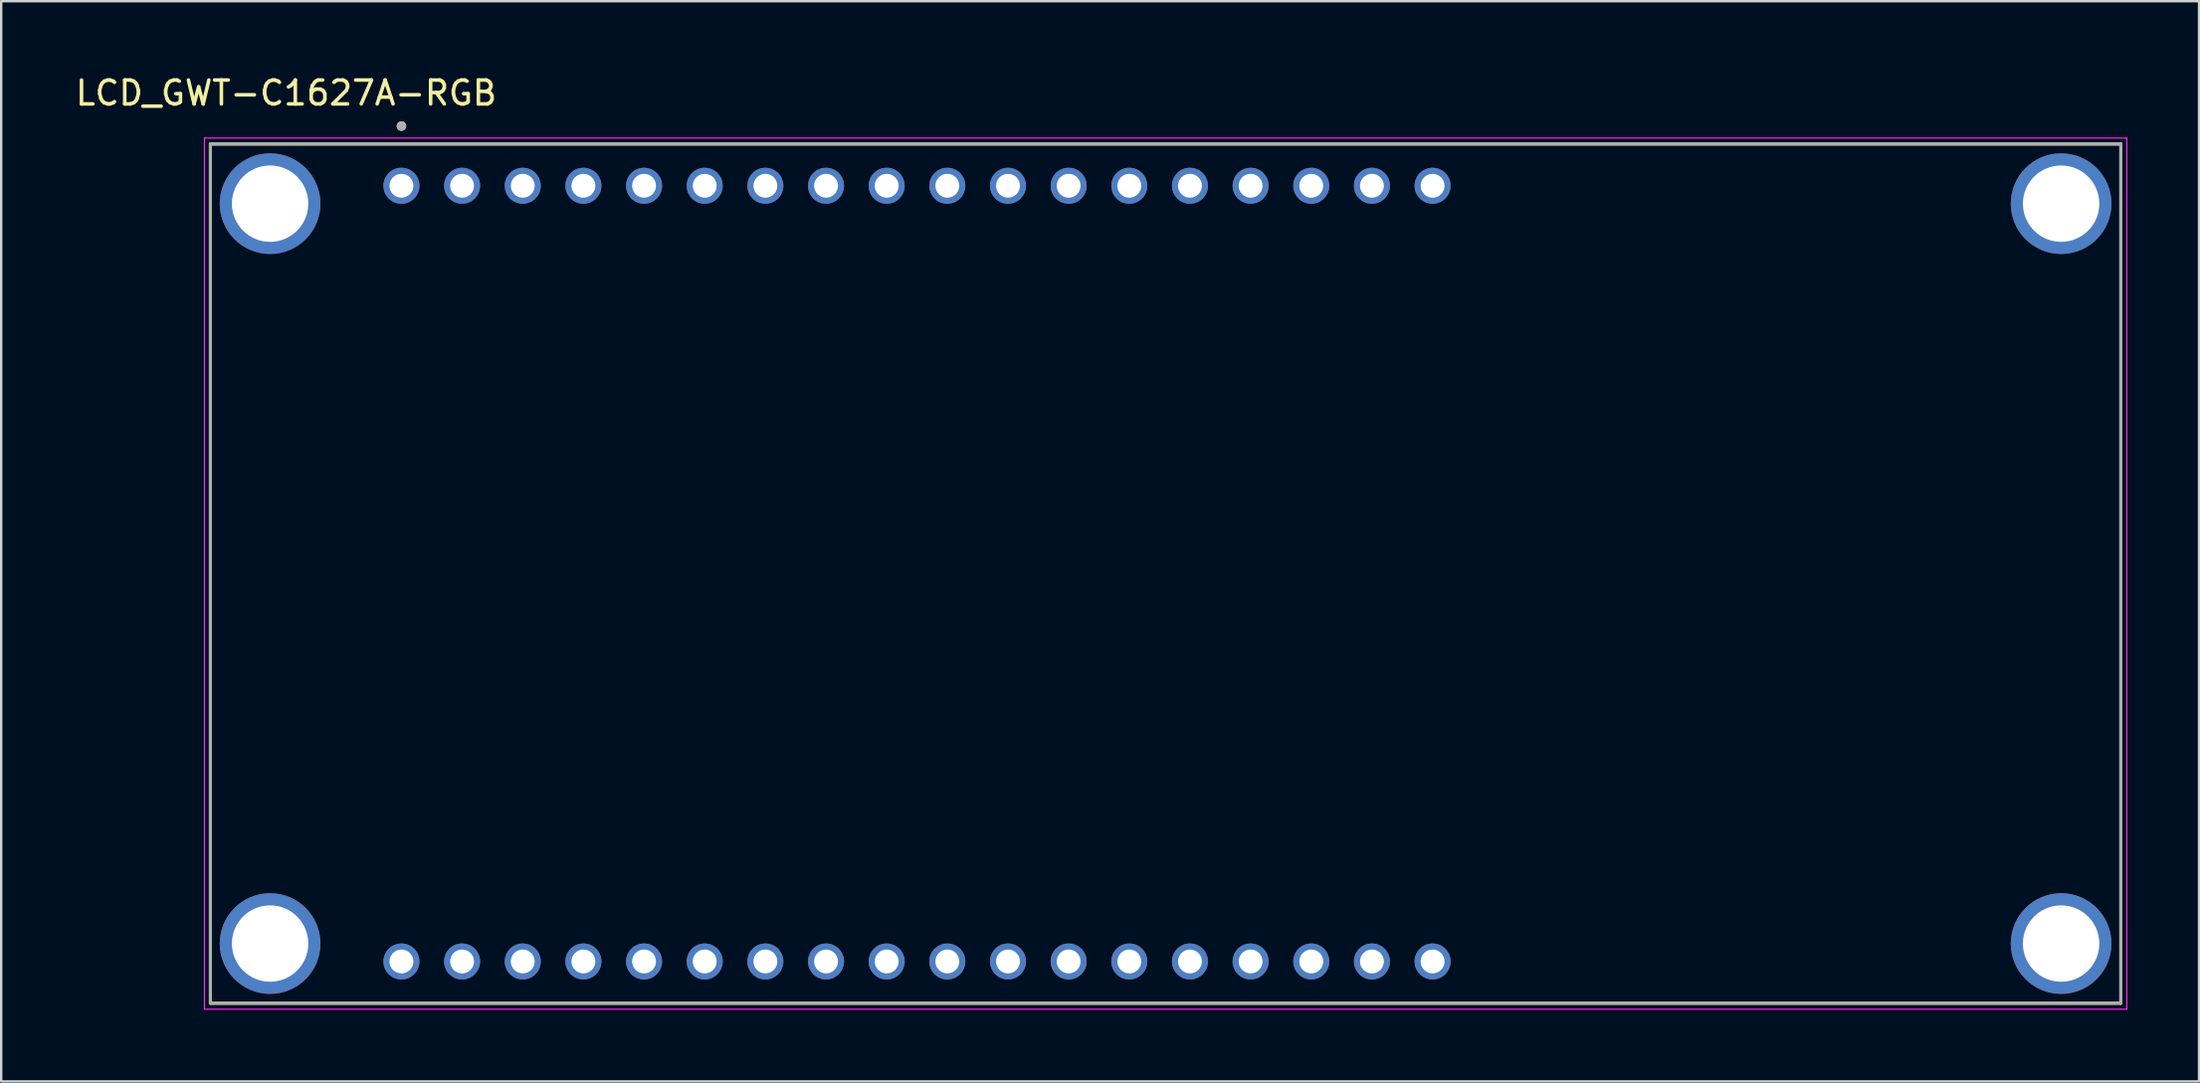
<source format=kicad_pcb>
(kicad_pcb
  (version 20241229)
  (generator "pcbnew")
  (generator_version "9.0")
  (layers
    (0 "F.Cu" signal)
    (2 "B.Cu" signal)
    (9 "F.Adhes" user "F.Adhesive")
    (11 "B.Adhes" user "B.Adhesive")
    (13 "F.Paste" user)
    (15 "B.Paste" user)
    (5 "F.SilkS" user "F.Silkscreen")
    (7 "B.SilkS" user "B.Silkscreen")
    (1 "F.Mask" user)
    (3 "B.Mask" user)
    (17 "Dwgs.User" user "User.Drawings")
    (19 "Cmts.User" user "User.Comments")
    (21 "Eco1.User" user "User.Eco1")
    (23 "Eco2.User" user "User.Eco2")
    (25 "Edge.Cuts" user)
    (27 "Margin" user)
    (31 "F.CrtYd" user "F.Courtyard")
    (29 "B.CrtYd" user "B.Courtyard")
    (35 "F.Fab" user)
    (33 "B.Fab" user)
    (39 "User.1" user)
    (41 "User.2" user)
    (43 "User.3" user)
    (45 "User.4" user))
  (footprint "LCD_GWT-C1627A-RGB"
    (layer "F.Cu")
    (at 45.76 20.983)
    (property "Reference" "LCD_GWT-C1627A-RGB" (at -36.825 -20.135 0) (layer "F.SilkS") (effects (font (size 1 1) (thickness 0.15))))
    (attr through_hole)
    (fp_line (start -40 -18) (end 40 -18) (stroke (width 0.127) (type solid)) (layer "F.SilkS"))
    (fp_line (start -40 18) (end -40 -18) (stroke (width 0.127) (type solid)) (layer "F.SilkS"))
    (fp_line (start 40 -18) (end 40 18) (stroke (width 0.127) (type solid)) (layer "F.SilkS"))
    (fp_line (start 40 18) (end -40 18) (stroke (width 0.127) (type solid)) (layer "F.SilkS"))
    (fp_circle (center -32 -18.75) (end -31.9 -18.75) (stroke (width 0.2) (type solid)) (fill no) (layer "F.SilkS"))
    (fp_line (start -40.25 -18.25) (end 40.25 -18.25) (stroke (width 0.05) (type solid)) (layer "F.CrtYd"))
    (fp_line (start -40.25 18.25) (end -40.25 -18.25) (stroke (width 0.05) (type solid)) (layer "F.CrtYd"))
    (fp_line (start 40.25 -18.25) (end 40.25 18.25) (stroke (width 0.05) (type solid)) (layer "F.CrtYd"))
    (fp_line (start 40.25 18.25) (end -40.25 18.25) (stroke (width 0.05) (type solid)) (layer "F.CrtYd"))
    (fp_line (start -40 -18) (end 40 -18) (stroke (width 0.127) (type solid)) (layer "F.Fab"))
    (fp_line (start -40 18) (end -40 -18) (stroke (width 0.127) (type solid)) (layer "F.Fab"))
    (fp_line (start 40 -18) (end 40 18) (stroke (width 0.127) (type solid)) (layer "F.Fab"))
    (fp_line (start 40 18) (end -40 18) (stroke (width 0.127) (type solid)) (layer "F.Fab"))
    (fp_circle (center -32 -18.75) (end -31.9 -18.75) (stroke (width 0.2) (type solid)) (fill no) (layer "F.Fab"))
    (pad "1_1" thru_hole circle (at -32 -16.25) (size 1.508 1.508) (drill 1) (layers "*.Cu" "*.Mask"))
    (pad "1_2" thru_hole circle (at -32 16.25) (size 1.508 1.508) (drill 1) (layers "*.Cu" "*.Mask"))
    (pad "2_1" thru_hole circle (at -29.46 -16.25) (size 1.508 1.508) (drill 1) (layers "*.Cu" "*.Mask"))
    (pad "2_2" thru_hole circle (at -29.46 16.25) (size 1.508 1.508) (drill 1) (layers "*.Cu" "*.Mask"))
    (pad "3_1" thru_hole circle (at -26.92 -16.25) (size 1.508 1.508) (drill 1) (layers "*.Cu" "*.Mask"))
    (pad "3_2" thru_hole circle (at -26.92 16.25) (size 1.508 1.508) (drill 1) (layers "*.Cu" "*.Mask"))
    (pad "4_1" thru_hole circle (at -24.38 -16.25) (size 1.508 1.508) (drill 1) (layers "*.Cu" "*.Mask"))
    (pad "4_2" thru_hole circle (at -24.38 16.25) (size 1.508 1.508) (drill 1) (layers "*.Cu" "*.Mask"))
    (pad "5_1" thru_hole circle (at -21.84 -16.25) (size 1.508 1.508) (drill 1) (layers "*.Cu" "*.Mask"))
    (pad "5_2" thru_hole circle (at -21.84 16.25) (size 1.508 1.508) (drill 1) (layers "*.Cu" "*.Mask"))
    (pad "6_1" thru_hole circle (at -19.3 -16.25) (size 1.508 1.508) (drill 1) (layers "*.Cu" "*.Mask"))
    (pad "6_2" thru_hole circle (at -19.3 16.25) (size 1.508 1.508) (drill 1) (layers "*.Cu" "*.Mask"))
    (pad "7_1" thru_hole circle (at -16.76 -16.25) (size 1.508 1.508) (drill 1) (layers "*.Cu" "*.Mask"))
    (pad "7_2" thru_hole circle (at -16.76 16.25) (size 1.508 1.508) (drill 1) (layers "*.Cu" "*.Mask"))
    (pad "8_1" thru_hole circle (at -14.22 -16.25) (size 1.508 1.508) (drill 1) (layers "*.Cu" "*.Mask"))
    (pad "8_2" thru_hole circle (at -14.22 16.25) (size 1.508 1.508) (drill 1) (layers "*.Cu" "*.Mask"))
    (pad "9_1" thru_hole circle (at -11.68 -16.25) (size 1.508 1.508) (drill 1) (layers "*.Cu" "*.Mask"))
    (pad "9_2" thru_hole circle (at -11.68 16.25) (size 1.508 1.508) (drill 1) (layers "*.Cu" "*.Mask"))
    (pad "10_1" thru_hole circle (at -9.14 -16.25) (size 1.508 1.508) (drill 1) (layers "*.Cu" "*.Mask"))
    (pad "10_2" thru_hole circle (at -9.14 16.25) (size 1.508 1.508) (drill 1) (layers "*.Cu" "*.Mask"))
    (pad "11_1" thru_hole circle (at -6.6 -16.25) (size 1.508 1.508) (drill 1) (layers "*.Cu" "*.Mask"))
    (pad "11_2" thru_hole circle (at -6.6 16.25) (size 1.508 1.508) (drill 1) (layers "*.Cu" "*.Mask"))
    (pad "12_1" thru_hole circle (at -4.06 -16.25) (size 1.508 1.508) (drill 1) (layers "*.Cu" "*.Mask"))
    (pad "12_2" thru_hole circle (at -4.06 16.25) (size 1.508 1.508) (drill 1) (layers "*.Cu" "*.Mask"))
    (pad "13_1" thru_hole circle (at -1.52 -16.25) (size 1.508 1.508) (drill 1) (layers "*.Cu" "*.Mask"))
    (pad "13_2" thru_hole circle (at -1.52 16.25) (size 1.508 1.508) (drill 1) (layers "*.Cu" "*.Mask"))
    (pad "14_1" thru_hole circle (at 1.02 -16.25) (size 1.508 1.508) (drill 1) (layers "*.Cu" "*.Mask"))
    (pad "14_2" thru_hole circle (at 1.02 16.25) (size 1.508 1.508) (drill 1) (layers "*.Cu" "*.Mask"))
    (pad "15_1" thru_hole circle (at 3.56 -16.25) (size 1.508 1.508) (drill 1) (layers "*.Cu" "*.Mask"))
    (pad "15_2" thru_hole circle (at 3.56 16.25) (size 1.508 1.508) (drill 1) (layers "*.Cu" "*.Mask"))
    (pad "16_1" thru_hole circle (at 6.1 -16.25) (size 1.508 1.508) (drill 1) (layers "*.Cu" "*.Mask"))
    (pad "16_2" thru_hole circle (at 6.1 16.25) (size 1.508 1.508) (drill 1) (layers "*.Cu" "*.Mask"))
    (pad "17_1" thru_hole circle (at 8.64 -16.25) (size 1.508 1.508) (drill 1) (layers "*.Cu" "*.Mask"))
    (pad "17_2" thru_hole circle (at 8.64 16.25) (size 1.508 1.508) (drill 1) (layers "*.Cu" "*.Mask"))
    (pad "18_1" thru_hole circle (at 11.18 -16.25) (size 1.508 1.508) (drill 1) (layers "*.Cu" "*.Mask"))
    (pad "18_2" thru_hole circle (at 11.18 16.25) (size 1.508 1.508) (drill 1) (layers "*.Cu" "*.Mask"))
    (pad "S1" thru_hole circle (at -37.5 15.5) (size 4.216 4.216) (drill 3.2) (layers "*.Cu" "*.Mask"))
    (pad "S2" thru_hole circle (at 37.5 15.5) (size 4.216 4.216) (drill 3.2) (layers "*.Cu" "*.Mask"))
    (pad "S3" thru_hole circle (at -37.5 -15.5) (size 4.216 4.216) (drill 3.2) (layers "*.Cu" "*.Mask"))
    (pad "S4" thru_hole circle (at 37.5 -15.5) (size 4.216 4.216) (drill 3.2) (layers "*.Cu" "*.Mask")))
  (gr_rect
    (start -3 -3)
    (end 89.035 42.258)
    (stroke (width 0.1) (type default))
    (fill no)
    (layer "Edge.Cuts")))
</source>
